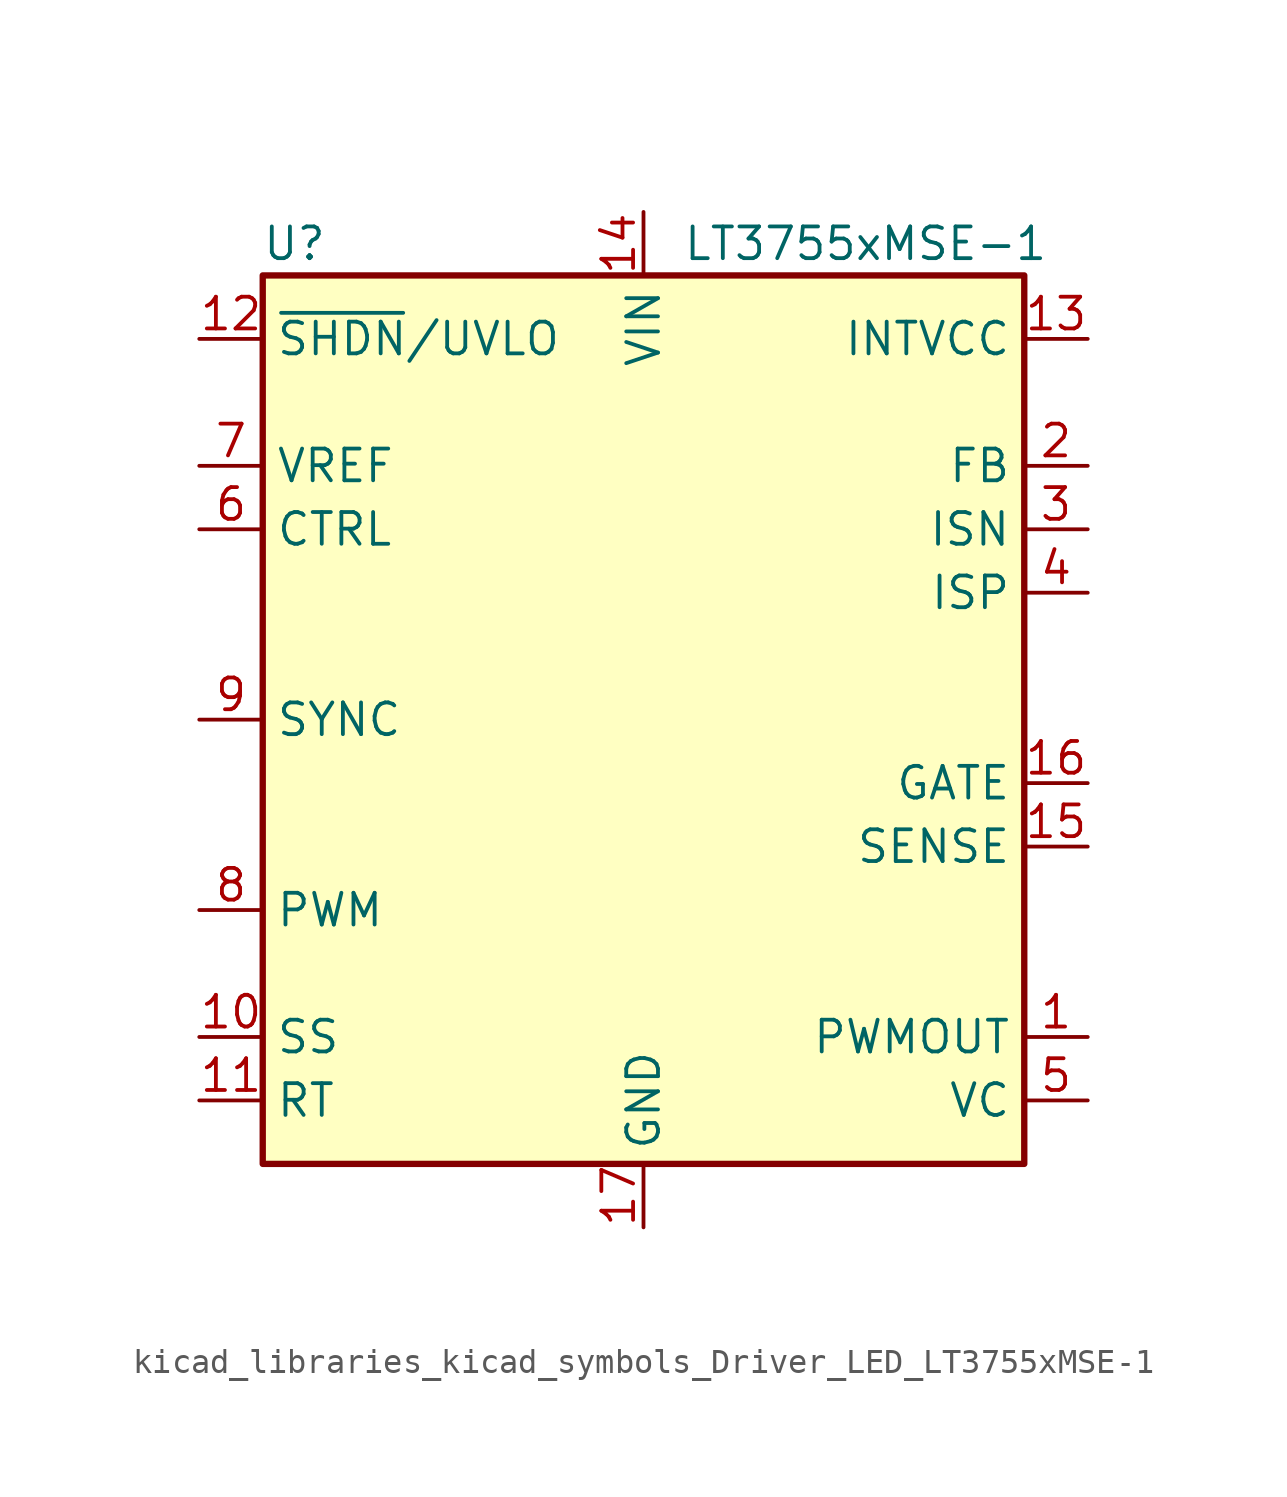
<source format=kicad_sym>
(kicad_symbol_lib
  (version 20220914)
  (generator kicad_symbol_editor)
  (symbol "kicad_libraries_kicad_symbols_Driver_LED_LT3755xMSE-1"
    (property "Reference" "U"
      (at -13.97 19.05 0)
      (effects (font (size 1.27 1.27))))
    (property "Value" "LT3755xMSE-1"
      (at 8.89 19.05 0)
      (effects (font (size 1.27 1.27))))
    (symbol "kicad_libraries_kicad_symbols_Driver_LED_LT3755xMSE-1_0_1"
      (rectangle (start -15.24 -17.78) (end 15.24 17.78) (stroke (width 0.254) (type default)) (fill (type background))))
    (symbol "kicad_libraries_kicad_symbols_Driver_LED_LT3755xMSE-1_1_1"
      (pin output line (at 17.78 -12.7 180) (length 2.54) (name "PWMOUT" (effects (font (size 1.27 1.27)))) (number "1" (effects (font (size 1.27 1.27)))))
      (pin input line (at -17.78 -12.7 0) (length 2.54) (name "SS" (effects (font (size 1.27 1.27)))) (number "10" (effects (font (size 1.27 1.27)))))
      (pin input line (at -17.78 -15.24 0) (length 2.54) (name "RT" (effects (font (size 1.27 1.27)))) (number "11" (effects (font (size 1.27 1.27)))))
      (pin input line (at -17.78 15.24 0) (length 2.54) (name "~{SHDN}/UVLO" (effects (font (size 1.27 1.27)))) (number "12" (effects (font (size 1.27 1.27)))))
      (pin power_out line (at 17.78 15.24 180) (length 2.54) (name "INTVCC" (effects (font (size 1.27 1.27)))) (number "13" (effects (font (size 1.27 1.27)))))
      (pin power_in line (at 0 20.32 270) (length 2.54) (name "VIN" (effects (font (size 1.27 1.27)))) (number "14" (effects (font (size 1.27 1.27)))))
      (pin input line (at 17.78 -5.08 180) (length 2.54) (name "SENSE" (effects (font (size 1.27 1.27)))) (number "15" (effects (font (size 1.27 1.27)))))
      (pin output line (at 17.78 -2.54 180) (length 2.54) (name "GATE" (effects (font (size 1.27 1.27)))) (number "16" (effects (font (size 1.27 1.27)))))
      (pin power_in line (at 0 -20.32 90) (length 2.54) (name "GND" (effects (font (size 1.27 1.27)))) (number "17" (effects (font (size 1.27 1.27)))))
      (pin input line (at 17.78 10.16 180) (length 2.54) (name "FB" (effects (font (size 1.27 1.27)))) (number "2" (effects (font (size 1.27 1.27)))))
      (pin input line (at 17.78 7.62 180) (length 2.54) (name "ISN" (effects (font (size 1.27 1.27)))) (number "3" (effects (font (size 1.27 1.27)))))
      (pin input line (at 17.78 5.08 180) (length 2.54) (name "ISP" (effects (font (size 1.27 1.27)))) (number "4" (effects (font (size 1.27 1.27)))))
      (pin output line (at 17.78 -15.24 180) (length 2.54) (name "VC" (effects (font (size 1.27 1.27)))) (number "5" (effects (font (size 1.27 1.27)))))
      (pin input line (at -17.78 7.62 0) (length 2.54) (name "CTRL" (effects (font (size 1.27 1.27)))) (number "6" (effects (font (size 1.27 1.27)))))
      (pin output line (at -17.78 10.16 0) (length 2.54) (name "VREF" (effects (font (size 1.27 1.27)))) (number "7" (effects (font (size 1.27 1.27)))))
      (pin input line (at -17.78 -7.62 0) (length 2.54) (name "PWM" (effects (font (size 1.27 1.27)))) (number "8" (effects (font (size 1.27 1.27)))))
      (pin input line (at -17.78 0 0) (length 2.54) (name "SYNC" (effects (font (size 1.27 1.27)))) (number "9" (effects (font (size 1.27 1.27))))))))
</source>
